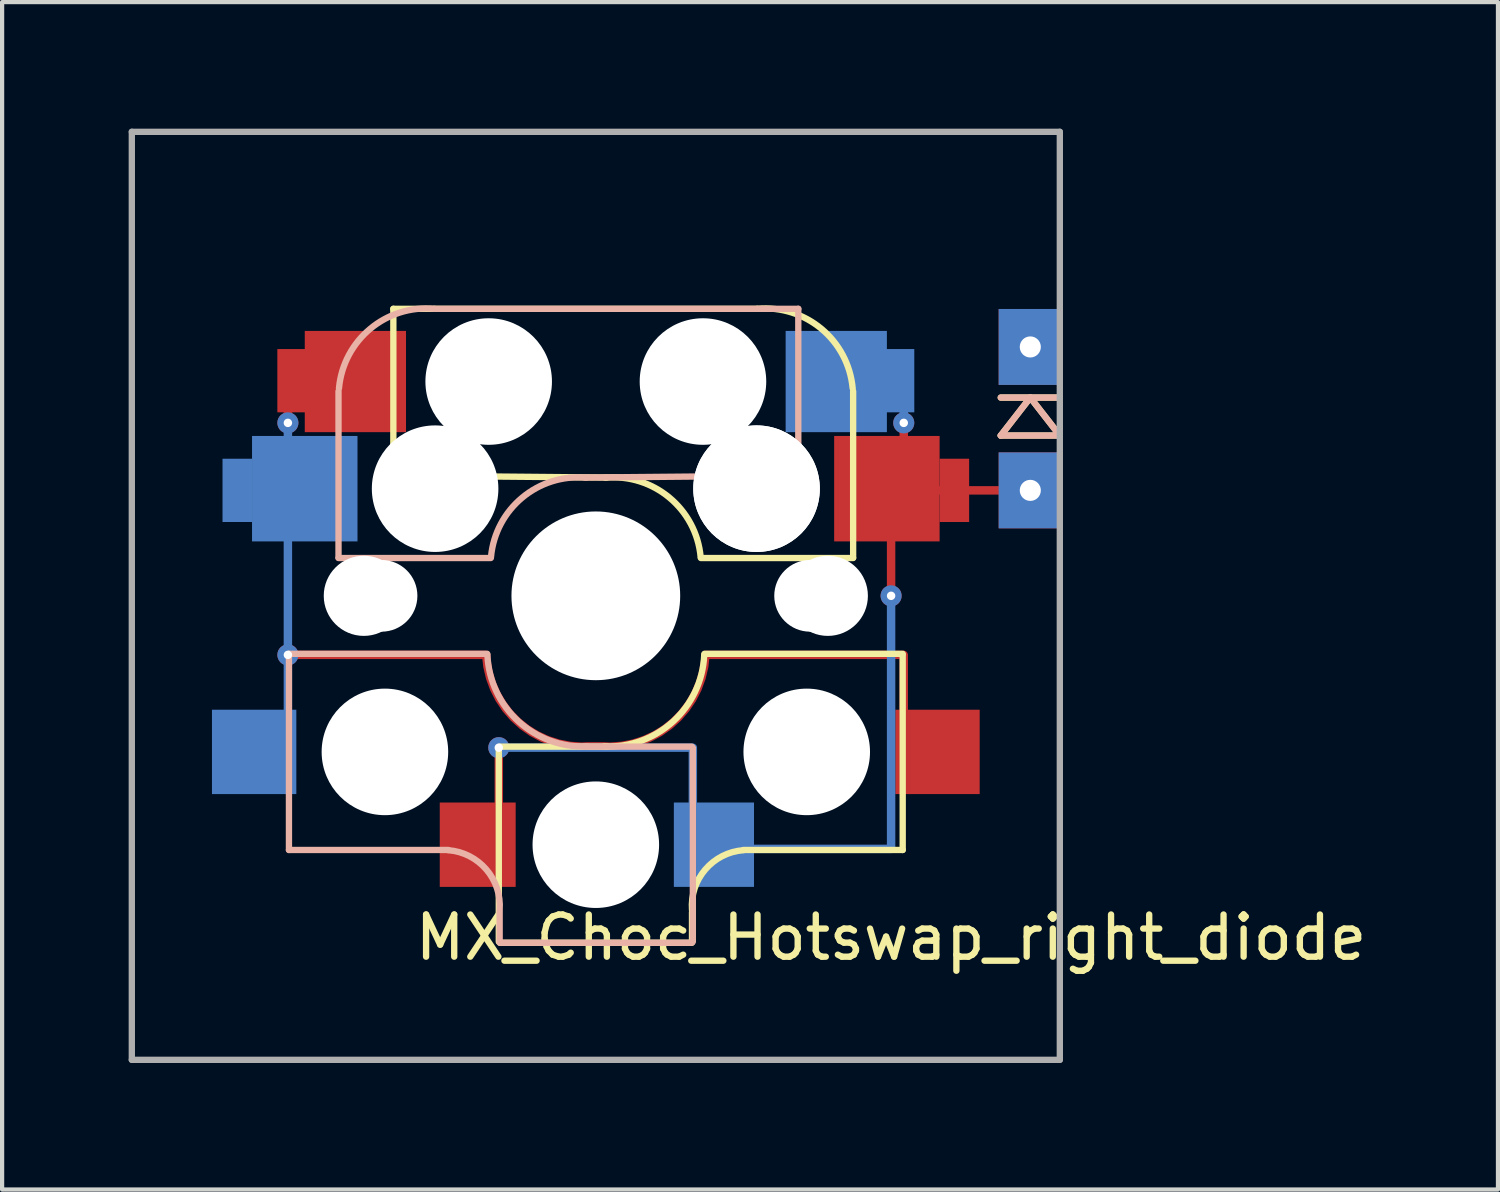
<source format=kicad_pcb>
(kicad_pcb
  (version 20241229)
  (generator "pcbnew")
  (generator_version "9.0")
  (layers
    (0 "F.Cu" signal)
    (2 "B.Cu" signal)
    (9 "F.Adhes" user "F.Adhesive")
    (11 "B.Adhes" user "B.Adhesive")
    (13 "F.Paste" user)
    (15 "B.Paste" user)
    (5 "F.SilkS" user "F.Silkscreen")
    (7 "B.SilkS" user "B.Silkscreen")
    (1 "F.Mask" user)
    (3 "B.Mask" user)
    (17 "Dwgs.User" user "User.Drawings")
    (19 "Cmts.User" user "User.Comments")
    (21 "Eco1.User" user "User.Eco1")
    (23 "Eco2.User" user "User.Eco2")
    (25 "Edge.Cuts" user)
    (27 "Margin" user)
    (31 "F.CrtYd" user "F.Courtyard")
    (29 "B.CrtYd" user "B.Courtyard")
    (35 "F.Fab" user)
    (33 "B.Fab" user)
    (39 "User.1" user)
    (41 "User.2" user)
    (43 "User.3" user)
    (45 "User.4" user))
  (footprint "MX_Choc_Hotswap_right_diode"
    (layer "F.Cu")
    (at 11.075 11.075)
    (property "Reference" "MX_Choc_Hotswap_right_diode" (at 7 8.1 0) (layer "F.SilkS") (effects (font (size 1 1) (thickness 0.15))))
    (attr through_hole)
    (fp_line (start -4.8 -6.804) (end 3.825 -6.804) (stroke (width 0.15) (type solid)) (layer "F.SilkS"))
    (fp_line (start -4.8 -2.896) (end -4.8 -6.804) (stroke (width 0.15) (type solid)) (layer "F.SilkS"))
    (fp_line (start -4.8 -2.85) (end 0.25 -2.804) (stroke (width 0.15) (type solid)) (layer "F.SilkS"))
    (fp_line (start -2.3 3.6) (end -2.3 8.2) (stroke (width 0.15) (type solid)) (layer "F.SilkS"))
    (fp_line (start -2.275 3.575) (end 0.275 3.575) (stroke (width 0.15) (type solid)) (layer "F.SilkS"))
    (fp_line (start -2.275 8.225) (end 2.275 8.225) (stroke (width 0.15) (type solid)) (layer "F.SilkS"))
    (fp_line (start 2.28 7.5) (end 2.28 8.2) (stroke (width 0.15) (type solid)) (layer "F.SilkS"))
    (fp_line (start 2.575 1.375) (end 7.275 1.375) (stroke (width 0.15) (type solid)) (layer "F.SilkS"))
    (fp_line (start 3.5 6.025) (end 7.275 6.025) (stroke (width 0.15) (type solid)) (layer "F.SilkS"))
    (fp_line (start 6.1 -4.85) (end 6.1 -0.905) (stroke (width 0.15) (type solid)) (layer "F.SilkS"))
    (fp_line (start 6.1 -0.896) (end 2.49 -0.896) (stroke (width 0.15) (type solid)) (layer "F.SilkS"))
    (fp_line (start 7.275 1.4) (end 7.275 6.025) (stroke (width 0.15) (type solid)) (layer "F.SilkS"))
    (fp_line (start 9.6 -3.8) (end 10.3 -4.7) (stroke (width 0.15) (type solid)) (layer "F.SilkS"))
    (fp_line (start 10.3 -4.7) (end 11 -3.8) (stroke (width 0.15) (type solid)) (layer "F.SilkS"))
    (fp_line (start 11 -4.7) (end 9.6 -4.7) (stroke (width 0.15) (type solid)) (layer "F.SilkS"))
    (fp_line (start 11 -3.8) (end 9.6 -3.8) (stroke (width 0.15) (type solid)) (layer "F.SilkS"))
    (fp_arc (start 0.225 -2.8) (mid 1.74436 -2.328062) (end 2.485001 -0.920001) (stroke (width 0.15) (type solid)) (layer "F.SilkS"))
    (fp_arc (start 2.279999 7.449999) (mid 2.595908 6.487329) (end 3.5 6.03) (stroke (width 0.15) (type solid)) (layer "F.SilkS"))
    (fp_arc (start 2.57 1.4) (mid 1.834422 2.975843) (end 0.2 3.57) (stroke (width 0.15) (type solid)) (layer "F.SilkS"))
    (fp_arc (start 3.825 -6.804) (mid 5.347189 -6.33089) (end 6.089 -4.92) (stroke (width 0.15) (type solid)) (layer "F.SilkS"))
    (fp_line (start -7.275 1.375) (end -7.275 6.025) (stroke (width 0.15) (type solid)) (layer "B.SilkS"))
    (fp_line (start -6.1 -4.85) (end -6.1 -0.905) (stroke (width 0.15) (type solid)) (layer "B.SilkS"))
    (fp_line (start -6.1 -0.896) (end -2.49 -0.896) (stroke (width 0.15) (type solid)) (layer "B.SilkS"))
    (fp_line (start -3.5 6.025) (end -7.275 6.025) (stroke (width 0.15) (type solid)) (layer "B.SilkS"))
    (fp_line (start -2.575 1.375) (end -7.275 1.375) (stroke (width 0.15) (type solid)) (layer "B.SilkS"))
    (fp_line (start -2.28 7.5) (end -2.28 8.2) (stroke (width 0.15) (type solid)) (layer "B.SilkS"))
    (fp_line (start 2.275 3.575) (end -0.275 3.575) (stroke (width 0.15) (type solid)) (layer "B.SilkS"))
    (fp_line (start 2.275 8.225) (end -2.275 8.225) (stroke (width 0.15) (type solid)) (layer "B.SilkS"))
    (fp_line (start 2.3 3.6) (end 2.3 8.2) (stroke (width 0.15) (type solid)) (layer "B.SilkS"))
    (fp_line (start 4.8 -6.804) (end -3.825 -6.804) (stroke (width 0.15) (type solid)) (layer "B.SilkS"))
    (fp_line (start 4.8 -2.896) (end 4.8 -6.804) (stroke (width 0.15) (type solid)) (layer "B.SilkS"))
    (fp_line (start 4.8 -2.85) (end -0.25 -2.804) (stroke (width 0.15) (type solid)) (layer "B.SilkS"))
    (fp_line (start 9.6 -3.8) (end 10.3 -4.7) (stroke (width 0.15) (type solid)) (layer "B.SilkS"))
    (fp_line (start 10.3 -4.7) (end 11 -3.8) (stroke (width 0.15) (type solid)) (layer "B.SilkS"))
    (fp_line (start 11 -4.7) (end 9.6 -4.7) (stroke (width 0.15) (type solid)) (layer "B.SilkS"))
    (fp_line (start 11 -3.8) (end 9.6 -3.8) (stroke (width 0.15) (type solid)) (layer "B.SilkS"))
    (fp_arc (start -6.089 -4.92) (mid -5.347189 -6.33089) (end -3.825 -6.804) (stroke (width 0.15) (type solid)) (layer "B.SilkS"))
    (fp_arc (start -3.5 6.03) (mid -2.595908 6.48733) (end -2.28 7.45) (stroke (width 0.15) (type solid)) (layer "B.SilkS"))
    (fp_arc (start -2.484999 -0.920001) (mid -1.74436 -2.328061) (end -0.225 -2.8) (stroke (width 0.15) (type solid)) (layer "B.SilkS"))
    (fp_arc (start -0.2 3.57) (mid -1.834422 2.975843) (end -2.57 1.4) (stroke (width 0.15) (type solid)) (layer "B.SilkS"))
    (fp_line (start -9 -9) (end 9 -9) (stroke (width 0.15) (type solid)) (layer "Eco2.User"))
    (fp_line (start -9 9) (end -9 -9) (stroke (width 0.15) (type solid)) (layer "Eco2.User"))
    (fp_line (start -7 -7) (end 7 -7) (stroke (width 0.15) (type solid)) (layer "Eco2.User"))
    (fp_line (start -7 7) (end -7 -7) (stroke (width 0.15) (type solid)) (layer "Eco2.User"))
    (fp_line (start 7 -7) (end 7 7) (stroke (width 0.15) (type solid)) (layer "Eco2.User"))
    (fp_line (start 7 7) (end -7 7) (stroke (width 0.15) (type solid)) (layer "Eco2.User"))
    (fp_line (start 9 -9) (end 9 9) (stroke (width 0.15) (type solid)) (layer "Eco2.User"))
    (fp_line (start 9 9) (end -9 9) (stroke (width 0.15) (type solid)) (layer "Eco2.User"))
    (fp_line (start -11 -11) (end -11 11) (stroke (width 0.15) (type solid)) (layer "F.Fab"))
    (fp_line (start -11 11) (end 11 11) (stroke (width 0.15) (type solid)) (layer "F.Fab"))
    (fp_line (start 11 -11) (end -11 -11) (stroke (width 0.15) (type solid)) (layer "F.Fab"))
    (fp_line (start 11 11) (end 11 -11) (stroke (width 0.15) (type solid)) (layer "F.Fab"))
    (pad "" np_thru_hole circle (at -5.5 0 90) (size 1.9 1.9) (drill 1.9) (layers "*.Cu" "*.Mask"))
    (pad "" np_thru_hole circle (at -5.08 0) (size 1.7 1.7) (drill 1.7) (layers "*.Cu" "*.Mask"))
    (pad "" np_thru_hole circle (at -5 3.7 90) (size 3 3) (drill 3) (layers "*.Cu" "*.Mask"))
    (pad "" np_thru_hole circle (at -3.825 -2.58 180) (size 0.1 0.1) (drill 0.1) (layers "*.Cu" "*.Mask"))
    (pad "" np_thru_hole circle (at -3.81 -2.54 180) (size 3 3) (drill 3) (layers "*.Cu" "*.Mask"))
    (pad "" np_thru_hole circle (at -2.54 -5.08 180) (size 3 3) (drill 3) (layers "*.Cu" "*.Mask"))
    (pad "" np_thru_hole circle (at 0 0 90) (size 4 4) (drill 4) (layers "*.Cu" "*.Mask"))
    (pad "" np_thru_hole circle (at 0 5.9 90) (size 3 3) (drill 3) (layers "*.Cu" "*.Mask"))
    (pad "" np_thru_hole circle (at 2.54 -5.08 180) (size 3 3) (drill 3) (layers "*.Cu" "*.Mask"))
    (pad "" np_thru_hole circle (at 3.81 -2.54 180) (size 3 3) (drill 3) (layers "*.Cu" "*.Mask"))
    (pad "" np_thru_hole circle (at 3.81 -2.54 180) (size 3 3) (drill 3) (layers "*.Cu" "*.Mask"))
    (pad "" np_thru_hole circle (at 3.825 -2.58 180) (size 0.1 0.1) (drill 0.1) (layers "*.Cu" "*.Mask"))
    (pad "" np_thru_hole circle (at 5 3.7 270) (size 3 3) (drill 3) (layers "*.Cu" "*.Mask"))
    (pad "" np_thru_hole circle (at 5.08 0) (size 1.7 1.7) (drill 1.7) (layers "*.Cu" "*.Mask"))
    (pad "" np_thru_hole circle (at 5.5 0 90) (size 1.9 1.9) (drill 1.9) (layers "*.Cu" "*.Mask"))
    (pad "1" smd rect (at -8.5 -2.5) (size 0.7 1.5) (layers "B.Cu" "B.Mask" "B.Paste"))
    (pad "1" smd rect (at -8.1 3.7 180) (size 2 2) (layers "B.Cu" "B.Mask" "B.Paste"))
    (pad "1" smd custom (at -7.3 -4.5) (size 0.2 0.2) (layers "F.Cu") (options (anchor circle)) (primitives (gr_line (start 0 0.4) (end 0 0) (width 0.2))))
    (pad "1" thru_hole circle (at -7.3 -4.1) (size 0.5 0.5) (drill 0.2) (layers "*.Cu"))
    (pad "1" smd custom (at -7.3 -3.7) (size 0.2 0.2) (layers "B.Cu") (options (anchor circle)) (primitives (gr_line (start 0 -0.4) (end 0 0) (width 0.2))))
    (pad "1" smd custom (at -7.3 -1.4) (size 0.2 0.2) (layers "B.Cu") (options (anchor circle)) (primitives (gr_line (start 0 0.1) (end 0 5.1) (width 0.2))))
    (pad "1" smd custom (at -7.3 1.4) (size 0.2 0.2) (layers "F.Cu") (options (anchor circle)) (primitives (gr_line (start 0 0) (end 4.7 0) (width 0.2)) (gr_arc (start 7.1 2.17) (mid 5.450578 1.582056) (end 4.7 0) (width 0.2)) (gr_line (start 7.1 2.17) (end 7.5 2.17) (width 0.2)) (gr_arc (start 9.9 0) (mid 9.149422 1.582056) (end 7.5 2.17) (width 0.2)) (gr_line (start 14.6 0) (end 9.9 0) (width 0.2)) (gr_line (start 14.6 1.3) (end 14.6 0) (width 0.2))))
    (pad "1" thru_hole circle (at -7.3 1.4) (size 0.5 0.5) (drill 0.2) (layers "*.Cu"))
    (pad "1" smd rect (at -7.2 -5.1) (size 0.7 1.5) (layers "F.Cu" "F.Mask" "F.Paste"))
    (pad "1" smd rect (at -6.9 -2.54 180) (size 2.5 2.5) (layers "B.Cu" "B.Mask" "B.Paste"))
    (pad "1" smd rect (at -5.7 -5.08 180) (size 2.4 2.4) (layers "F.Cu" "F.Mask" "F.Paste"))
    (pad "1" smd rect (at 8.1 3.7 180) (size 2 2) (layers "F.Cu" "F.Mask" "F.Paste"))
    (pad "2" smd rect (at -2.8 5.9 180) (size 1.8 2) (layers "F.Cu" "F.Mask" "F.Paste"))
    (pad "2" thru_hole circle (at -2.3 3.6) (size 0.5 0.5) (drill 0.2) (layers "*.Cu"))
    (pad "2" smd custom (at -2.3 5) (size 0.2 0.2) (layers "F.Cu") (options (anchor circle)) (primitives (gr_line (start 0 -1.4) (end 0 0) (width 0.2))))
    (pad "2" smd custom (at 2.3 5.1) (size 0.2 0.2) (layers "B.Cu") (options (anchor circle)) (primitives (gr_line (start 0 -1.5) (end 0 0) (width 0.2)) (gr_line (start 0 -1.5) (end -4.6 -1.5) (width 0.2))))
    (pad "2" smd rect (at 2.8 5.9 180) (size 1.9 2) (layers "B.Cu" "B.Mask" "B.Paste"))
    (pad "2" smd custom (at 3.6 6 270) (size 0.2 0.2) (layers "B.Cu") (options (anchor circle)) (primitives (gr_line (start 0 -3.4) (end 0 -0.05) (width 0.2)) (gr_line (start 0 -3.4) (end -6 -3.4) (width 0.2))))
    (pad "2" smd rect (at 5.7 -5.08 180) (size 2.4 2.4) (layers "B.Cu" "B.Mask" "B.Paste"))
    (pad "2" smd rect (at 6.9 -2.54 180) (size 2.5 2.5) (layers "F.Cu" "F.Mask" "F.Paste"))
    (pad "2" smd custom (at 7 -1.5) (size 0.2 0.2) (layers "F.Cu") (options (anchor circle)) (primitives (gr_line (start 0 1.475) (end 0 0) (width 0.2))))
    (pad "2" thru_hole circle (at 7 0) (size 0.5 0.5) (drill 0.2) (layers "*.Cu"))
    (pad "2" smd rect (at 7.2 -5.1) (size 0.7 1.5) (layers "B.Cu" "B.Mask" "B.Paste"))
    (pad "2" smd custom (at 7.3 -4.5) (size 0.2 0.2) (layers "B.Cu") (options (anchor circle)) (primitives (gr_line (start 0 0.1) (end 0 0.397) (width 0.2))))
    (pad "2" thru_hole circle (at 7.3 -4.1) (size 0.5 0.5) (drill 0.2) (layers "*.Cu"))
    (pad "2" smd custom (at 7.3 -3.7) (size 0.2 0.2) (layers "F.Cu") (options (anchor circle)) (primitives (gr_line (start 0 0) (end 0 -0.4) (width 0.2))))
    (pad "2" smd custom (at 8.15 -2.5 270) (size 0.2 0.2) (layers "F.Cu") (options (anchor circle)) (primitives (gr_line (start 0 -0.05) (end 0 -2.5) (width 0.2)) (gr_line (start 0 -2.5) (end -0.65 -2.45) (width 0.2))))
    (pad "2" smd rect (at 8.5 -2.5) (size 0.7 1.5) (layers "F.Cu" "F.Mask" "F.Paste"))
    (pad "2" thru_hole rect (at 10.3 -2.5 270) (size 1.8 1.5) (drill 0.5) (layers "*.Cu" "*.Mask"))
    (pad "3" thru_hole rect (at 10.3 -5.9 270) (size 1.8 1.5) (drill 0.5) (layers "*.Cu" "*.Mask")))
  (gr_rect
    (start -3 -3)
    (end 32.462 25.15)
    (stroke (width 0.1) (type default))
    (fill no)
    (layer "Edge.Cuts")))
</source>
